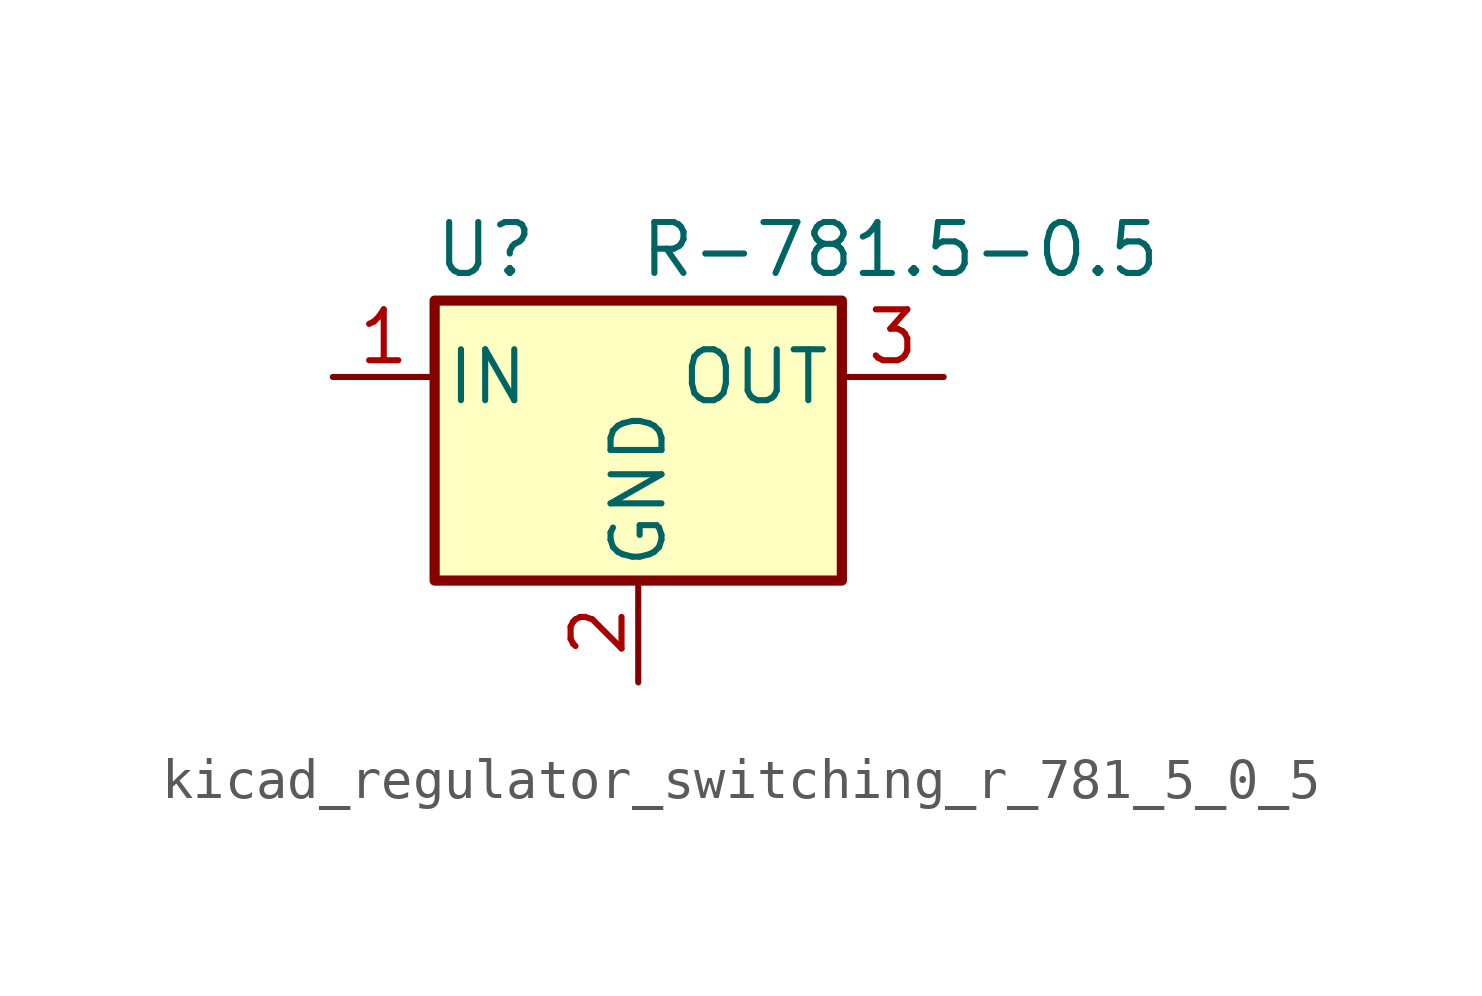
<source format=kicad_sym>
(kicad_symbol_lib
  (version 20220914)
  (generator kicad_symbol_editor)
  (symbol "kicad_regulator_switching_r_781_5_0_5"
    (pin_names
      (offset 0.254))
    (property "Reference" "U"
      (at -3.81 3.175 0)
      (effects (font (size 1.27 1.27))))
    (property "Value" "R-781.5-0.5"
      (at 0 3.175 0)
      (effects (font (size 1.27 1.27)) (justify left)))
    (symbol "kicad_regulator_switching_r_781_5_0_5_0_1"
      (rectangle (start -5.08 1.905) (end 5.08 -5.08) (stroke (width 0.254) (type default)) (fill (type background))))
    (symbol "kicad_regulator_switching_r_781_5_0_5_1_1"
      (pin power_in line (at -7.62 0 0) (length 2.54) (name "IN" (effects (font (size 1.27 1.27)))) (number "1" (effects (font (size 1.27 1.27)))))
      (pin power_in line (at 0 -7.62 90) (length 2.54) (name "GND" (effects (font (size 1.27 1.27)))) (number "2" (effects (font (size 1.27 1.27)))))
      (pin power_out line (at 7.62 0 180) (length 2.54) (name "OUT" (effects (font (size 1.27 1.27)))) (number "3" (effects (font (size 1.27 1.27))))))))
</source>
